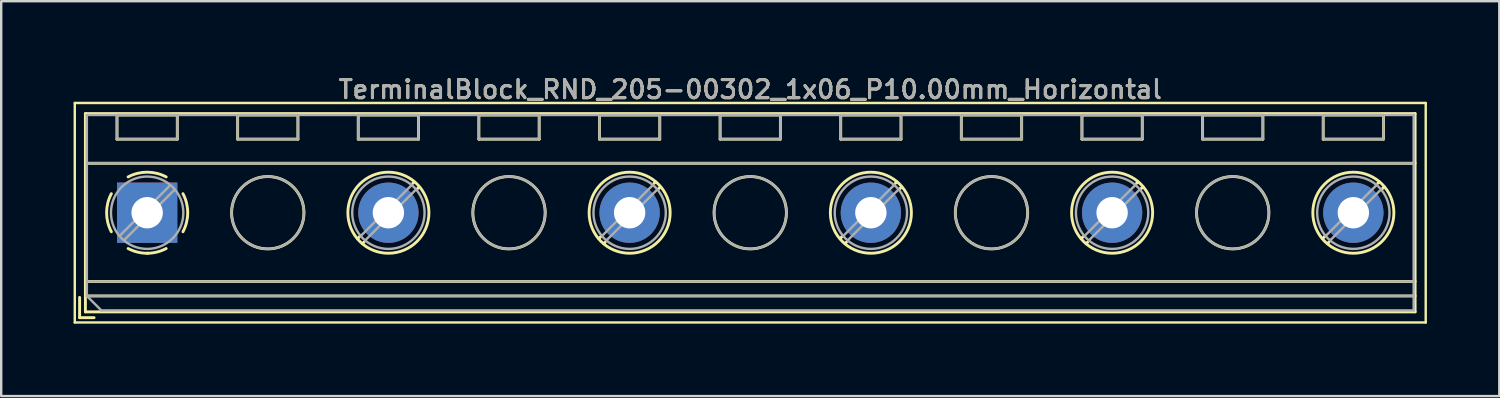
<source format=kicad_pcb>
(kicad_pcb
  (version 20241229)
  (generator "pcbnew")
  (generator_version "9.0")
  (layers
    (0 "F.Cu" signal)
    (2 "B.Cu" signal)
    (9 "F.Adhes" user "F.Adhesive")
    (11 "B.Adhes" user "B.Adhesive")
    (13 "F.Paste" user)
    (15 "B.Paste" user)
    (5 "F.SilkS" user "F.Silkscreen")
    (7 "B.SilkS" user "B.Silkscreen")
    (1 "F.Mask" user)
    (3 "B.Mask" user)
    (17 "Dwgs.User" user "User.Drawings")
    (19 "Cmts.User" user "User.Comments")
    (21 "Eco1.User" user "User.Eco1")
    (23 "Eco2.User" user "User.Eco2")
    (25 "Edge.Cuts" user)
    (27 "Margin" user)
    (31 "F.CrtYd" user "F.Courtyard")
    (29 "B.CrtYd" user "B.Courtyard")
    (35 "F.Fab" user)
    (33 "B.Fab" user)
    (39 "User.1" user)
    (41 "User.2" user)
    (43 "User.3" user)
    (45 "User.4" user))
  (footprint "TerminalBlock_RND_205-00302_1x06_P10.00mm_Horizontal"
    (layer "F.Cu")
    (at 3.05 5.768)
    (property "Reference" "TerminalBlock_RND_205-00302_1x06_P10.00mm_Horizontal" (at 25 -5.11 0) (layer "F.SilkS") (effects (font (size 0.75 0.75) (thickness 0.125))))
    (attr through_hole)
    (fp_line (start -3 -4.55) (end -3 4.55) (stroke (width 0.1) (type solid)) (layer "F.SilkS"))
    (fp_line (start -3 4.55) (end 53 4.55) (stroke (width 0.1) (type solid)) (layer "F.SilkS"))
    (fp_line (start -2.8 3.51) (end -2.8 4.35) (stroke (width 0.12) (type solid)) (layer "F.SilkS"))
    (fp_line (start -2.8 4.35) (end -2.2 4.35) (stroke (width 0.12) (type solid)) (layer "F.SilkS"))
    (fp_line (start -2.56 -4.11) (end -2.56 4.11) (stroke (width 0.12) (type solid)) (layer "F.SilkS"))
    (fp_line (start -2.56 -4.11) (end 52.56 -4.11) (stroke (width 0.12) (type solid)) (layer "F.SilkS"))
    (fp_line (start -2.56 -2.05) (end 52.56 -2.05) (stroke (width 0.12) (type solid)) (layer "F.SilkS"))
    (fp_line (start -2.56 2.85) (end 52.56 2.85) (stroke (width 0.12) (type solid)) (layer "F.SilkS"))
    (fp_line (start -2.56 3.45) (end 52.56 3.45) (stroke (width 0.12) (type solid)) (layer "F.SilkS"))
    (fp_line (start -2.56 4.11) (end 52.56 4.11) (stroke (width 0.12) (type solid)) (layer "F.SilkS"))
    (fp_line (start -1.25 -4.05) (end -1.25 -3.05) (stroke (width 0.12) (type solid)) (layer "F.SilkS"))
    (fp_line (start -1.25 -4.05) (end 1.25 -4.05) (stroke (width 0.12) (type solid)) (layer "F.SilkS"))
    (fp_line (start -1.25 -3.05) (end 1.25 -3.05) (stroke (width 0.12) (type solid)) (layer "F.SilkS"))
    (fp_line (start 1.25 -4.05) (end 1.25 -3.05) (stroke (width 0.12) (type solid)) (layer "F.SilkS"))
    (fp_line (start 3.75 -4.05) (end 3.75 -3.05) (stroke (width 0.12) (type solid)) (layer "F.SilkS"))
    (fp_line (start 3.75 -4.05) (end 6.25 -4.05) (stroke (width 0.12) (type solid)) (layer "F.SilkS"))
    (fp_line (start 3.75 -3.05) (end 6.25 -3.05) (stroke (width 0.12) (type solid)) (layer "F.SilkS"))
    (fp_line (start 6.25 -4.05) (end 6.25 -3.05) (stroke (width 0.12) (type solid)) (layer "F.SilkS"))
    (fp_line (start 8.75 -4.05) (end 8.75 -3.05) (stroke (width 0.12) (type solid)) (layer "F.SilkS"))
    (fp_line (start 8.75 -4.05) (end 11.25 -4.05) (stroke (width 0.12) (type solid)) (layer "F.SilkS"))
    (fp_line (start 8.75 -3.05) (end 11.25 -3.05) (stroke (width 0.12) (type solid)) (layer "F.SilkS"))
    (fp_line (start 8.82 0.976) (end 8.726 1.069) (stroke (width 0.12) (type solid)) (layer "F.SilkS"))
    (fp_line (start 8.99 1.216) (end 8.931 1.274) (stroke (width 0.12) (type solid)) (layer "F.SilkS"))
    (fp_line (start 11.07 -1.275) (end 11.011 -1.216) (stroke (width 0.12) (type solid)) (layer "F.SilkS"))
    (fp_line (start 11.25 -4.05) (end 11.25 -3.05) (stroke (width 0.12) (type solid)) (layer "F.SilkS"))
    (fp_line (start 11.275 -1.069) (end 11.181 -0.976) (stroke (width 0.12) (type solid)) (layer "F.SilkS"))
    (fp_line (start 13.75 -4.05) (end 13.75 -3.05) (stroke (width 0.12) (type solid)) (layer "F.SilkS"))
    (fp_line (start 13.75 -4.05) (end 16.25 -4.05) (stroke (width 0.12) (type solid)) (layer "F.SilkS"))
    (fp_line (start 13.75 -3.05) (end 16.25 -3.05) (stroke (width 0.12) (type solid)) (layer "F.SilkS"))
    (fp_line (start 16.25 -4.05) (end 16.25 -3.05) (stroke (width 0.12) (type solid)) (layer "F.SilkS"))
    (fp_line (start 18.75 -4.05) (end 18.75 -3.05) (stroke (width 0.12) (type solid)) (layer "F.SilkS"))
    (fp_line (start 18.75 -4.05) (end 21.25 -4.05) (stroke (width 0.12) (type solid)) (layer "F.SilkS"))
    (fp_line (start 18.75 -3.05) (end 21.25 -3.05) (stroke (width 0.12) (type solid)) (layer "F.SilkS"))
    (fp_line (start 18.82 0.976) (end 18.726 1.069) (stroke (width 0.12) (type solid)) (layer "F.SilkS"))
    (fp_line (start 18.99 1.216) (end 18.931 1.274) (stroke (width 0.12) (type solid)) (layer "F.SilkS"))
    (fp_line (start 21.07 -1.275) (end 21.011 -1.216) (stroke (width 0.12) (type solid)) (layer "F.SilkS"))
    (fp_line (start 21.25 -4.05) (end 21.25 -3.05) (stroke (width 0.12) (type solid)) (layer "F.SilkS"))
    (fp_line (start 21.275 -1.069) (end 21.181 -0.976) (stroke (width 0.12) (type solid)) (layer "F.SilkS"))
    (fp_line (start 23.75 -4.05) (end 23.75 -3.05) (stroke (width 0.12) (type solid)) (layer "F.SilkS"))
    (fp_line (start 23.75 -4.05) (end 26.25 -4.05) (stroke (width 0.12) (type solid)) (layer "F.SilkS"))
    (fp_line (start 23.75 -3.05) (end 26.25 -3.05) (stroke (width 0.12) (type solid)) (layer "F.SilkS"))
    (fp_line (start 26.25 -4.05) (end 26.25 -3.05) (stroke (width 0.12) (type solid)) (layer "F.SilkS"))
    (fp_line (start 28.75 -4.05) (end 28.75 -3.05) (stroke (width 0.12) (type solid)) (layer "F.SilkS"))
    (fp_line (start 28.75 -4.05) (end 31.25 -4.05) (stroke (width 0.12) (type solid)) (layer "F.SilkS"))
    (fp_line (start 28.75 -3.05) (end 31.25 -3.05) (stroke (width 0.12) (type solid)) (layer "F.SilkS"))
    (fp_line (start 28.82 0.976) (end 28.726 1.069) (stroke (width 0.12) (type solid)) (layer "F.SilkS"))
    (fp_line (start 28.99 1.216) (end 28.931 1.274) (stroke (width 0.12) (type solid)) (layer "F.SilkS"))
    (fp_line (start 31.07 -1.275) (end 31.011 -1.216) (stroke (width 0.12) (type solid)) (layer "F.SilkS"))
    (fp_line (start 31.25 -4.05) (end 31.25 -3.05) (stroke (width 0.12) (type solid)) (layer "F.SilkS"))
    (fp_line (start 31.275 -1.069) (end 31.181 -0.976) (stroke (width 0.12) (type solid)) (layer "F.SilkS"))
    (fp_line (start 33.75 -4.05) (end 33.75 -3.05) (stroke (width 0.12) (type solid)) (layer "F.SilkS"))
    (fp_line (start 33.75 -4.05) (end 36.25 -4.05) (stroke (width 0.12) (type solid)) (layer "F.SilkS"))
    (fp_line (start 33.75 -3.05) (end 36.25 -3.05) (stroke (width 0.12) (type solid)) (layer "F.SilkS"))
    (fp_line (start 36.25 -4.05) (end 36.25 -3.05) (stroke (width 0.12) (type solid)) (layer "F.SilkS"))
    (fp_line (start 38.75 -4.05) (end 38.75 -3.05) (stroke (width 0.12) (type solid)) (layer "F.SilkS"))
    (fp_line (start 38.75 -4.05) (end 41.25 -4.05) (stroke (width 0.12) (type solid)) (layer "F.SilkS"))
    (fp_line (start 38.75 -3.05) (end 41.25 -3.05) (stroke (width 0.12) (type solid)) (layer "F.SilkS"))
    (fp_line (start 38.82 0.976) (end 38.726 1.069) (stroke (width 0.12) (type solid)) (layer "F.SilkS"))
    (fp_line (start 38.99 1.216) (end 38.931 1.274) (stroke (width 0.12) (type solid)) (layer "F.SilkS"))
    (fp_line (start 41.07 -1.275) (end 41.011 -1.216) (stroke (width 0.12) (type solid)) (layer "F.SilkS"))
    (fp_line (start 41.25 -4.05) (end 41.25 -3.05) (stroke (width 0.12) (type solid)) (layer "F.SilkS"))
    (fp_line (start 41.275 -1.069) (end 41.181 -0.976) (stroke (width 0.12) (type solid)) (layer "F.SilkS"))
    (fp_line (start 43.75 -4.05) (end 43.75 -3.05) (stroke (width 0.12) (type solid)) (layer "F.SilkS"))
    (fp_line (start 43.75 -4.05) (end 46.25 -4.05) (stroke (width 0.12) (type solid)) (layer "F.SilkS"))
    (fp_line (start 43.75 -3.05) (end 46.25 -3.05) (stroke (width 0.12) (type solid)) (layer "F.SilkS"))
    (fp_line (start 46.25 -4.05) (end 46.25 -3.05) (stroke (width 0.12) (type solid)) (layer "F.SilkS"))
    (fp_line (start 48.75 -4.05) (end 48.75 -3.05) (stroke (width 0.12) (type solid)) (layer "F.SilkS"))
    (fp_line (start 48.75 -4.05) (end 51.25 -4.05) (stroke (width 0.12) (type solid)) (layer "F.SilkS"))
    (fp_line (start 48.75 -3.05) (end 51.25 -3.05) (stroke (width 0.12) (type solid)) (layer "F.SilkS"))
    (fp_line (start 48.82 0.976) (end 48.726 1.069) (stroke (width 0.12) (type solid)) (layer "F.SilkS"))
    (fp_line (start 48.99 1.216) (end 48.931 1.274) (stroke (width 0.12) (type solid)) (layer "F.SilkS"))
    (fp_line (start 51.07 -1.275) (end 51.011 -1.216) (stroke (width 0.12) (type solid)) (layer "F.SilkS"))
    (fp_line (start 51.25 -4.05) (end 51.25 -3.05) (stroke (width 0.12) (type solid)) (layer "F.SilkS"))
    (fp_line (start 51.275 -1.069) (end 51.181 -0.976) (stroke (width 0.12) (type solid)) (layer "F.SilkS"))
    (fp_line (start 52.56 -4.11) (end 52.56 4.11) (stroke (width 0.12) (type solid)) (layer "F.SilkS"))
    (fp_line (start 53 -4.55) (end -3 -4.55) (stroke (width 0.1) (type solid)) (layer "F.SilkS"))
    (fp_line (start 53 4.55) (end 53 -4.55) (stroke (width 0.1) (type solid)) (layer "F.SilkS"))
    (fp_arc (start -1.483953 0.789089) (mid -1.680708 0.00005) (end -1.484 -0.789) (stroke (width 0.12) (type solid)) (layer "F.SilkS"))
    (fp_arc (start -0.789089 -1.483953) (mid -0.00005 -1.680708) (end 0.789 -1.484) (stroke (width 0.12) (type solid)) (layer "F.SilkS"))
    (fp_arc (start 0.029383 1.68045) (mid -0.392304 1.634281) (end -0.789 1.484) (stroke (width 0.12) (type solid)) (layer "F.SilkS"))
    (fp_arc (start 0.788712 1.483352) (mid 0.406429 1.630097) (end 0 1.68) (stroke (width 0.12) (type solid)) (layer "F.SilkS"))
    (fp_arc (start 1.483953 -0.789089) (mid 1.680708 -0.00005) (end 1.484 0.789) (stroke (width 0.12) (type solid)) (layer "F.SilkS"))
    (fp_circle (center 5 0) (end 6.5 0) (stroke (width 0.12) (type solid)) (fill no) (layer "F.SilkS"))
    (fp_circle (center 10 0) (end 11.68 0) (stroke (width 0.12) (type solid)) (fill no) (layer "F.SilkS"))
    (fp_circle (center 15 0) (end 16.5 0) (stroke (width 0.12) (type solid)) (fill no) (layer "F.SilkS"))
    (fp_circle (center 20 0) (end 21.68 0) (stroke (width 0.12) (type solid)) (fill no) (layer "F.SilkS"))
    (fp_circle (center 25 0) (end 26.5 0) (stroke (width 0.12) (type solid)) (fill no) (layer "F.SilkS"))
    (fp_circle (center 30 0) (end 31.68 0) (stroke (width 0.12) (type solid)) (fill no) (layer "F.SilkS"))
    (fp_circle (center 35 0) (end 36.5 0) (stroke (width 0.12) (type solid)) (fill no) (layer "F.SilkS"))
    (fp_circle (center 40 0) (end 41.68 0) (stroke (width 0.12) (type solid)) (fill no) (layer "F.SilkS"))
    (fp_circle (center 45 0) (end 46.5 0) (stroke (width 0.12) (type solid)) (fill no) (layer "F.SilkS"))
    (fp_circle (center 50 0) (end 51.68 0) (stroke (width 0.12) (type solid)) (fill no) (layer "F.SilkS"))
    (fp_line (start -2.5 -4.05) (end 52.5 -4.05) (stroke (width 0.1) (type solid)) (layer "F.Fab"))
    (fp_line (start -2.5 -2.05) (end 52.5 -2.05) (stroke (width 0.1) (type solid)) (layer "F.Fab"))
    (fp_line (start -2.5 2.85) (end 52.5 2.85) (stroke (width 0.1) (type solid)) (layer "F.Fab"))
    (fp_line (start -2.5 3.45) (end -2.5 -4.05) (stroke (width 0.1) (type solid)) (layer "F.Fab"))
    (fp_line (start -2.5 3.45) (end 52.5 3.45) (stroke (width 0.1) (type solid)) (layer "F.Fab"))
    (fp_line (start -1.9 4.05) (end -2.5 3.45) (stroke (width 0.1) (type solid)) (layer "F.Fab"))
    (fp_line (start -1.25 -4.05) (end -1.25 -3.05) (stroke (width 0.1) (type solid)) (layer "F.Fab"))
    (fp_line (start -1.25 -3.05) (end 1.25 -3.05) (stroke (width 0.1) (type solid)) (layer "F.Fab"))
    (fp_line (start 0.955 -1.138) (end -1.138 0.955) (stroke (width 0.1) (type solid)) (layer "F.Fab"))
    (fp_line (start 1.138 -0.955) (end -0.955 1.138) (stroke (width 0.1) (type solid)) (layer "F.Fab"))
    (fp_line (start 1.25 -4.05) (end -1.25 -4.05) (stroke (width 0.1) (type solid)) (layer "F.Fab"))
    (fp_line (start 1.25 -3.05) (end 1.25 -4.05) (stroke (width 0.1) (type solid)) (layer "F.Fab"))
    (fp_line (start 3.75 -4.05) (end 3.75 -3.05) (stroke (width 0.1) (type solid)) (layer "F.Fab"))
    (fp_line (start 3.75 -3.05) (end 6.25 -3.05) (stroke (width 0.1) (type solid)) (layer "F.Fab"))
    (fp_line (start 6.25 -4.05) (end 3.75 -4.05) (stroke (width 0.1) (type solid)) (layer "F.Fab"))
    (fp_line (start 6.25 -3.05) (end 6.25 -4.05) (stroke (width 0.1) (type solid)) (layer "F.Fab"))
    (fp_line (start 8.75 -4.05) (end 8.75 -3.05) (stroke (width 0.1) (type solid)) (layer "F.Fab"))
    (fp_line (start 8.75 -3.05) (end 11.25 -3.05) (stroke (width 0.1) (type solid)) (layer "F.Fab"))
    (fp_line (start 10.955 -1.138) (end 8.863 0.955) (stroke (width 0.1) (type solid)) (layer "F.Fab"))
    (fp_line (start 11.138 -0.955) (end 9.046 1.138) (stroke (width 0.1) (type solid)) (layer "F.Fab"))
    (fp_line (start 11.25 -4.05) (end 8.75 -4.05) (stroke (width 0.1) (type solid)) (layer "F.Fab"))
    (fp_line (start 11.25 -3.05) (end 11.25 -4.05) (stroke (width 0.1) (type solid)) (layer "F.Fab"))
    (fp_line (start 13.75 -4.05) (end 13.75 -3.05) (stroke (width 0.1) (type solid)) (layer "F.Fab"))
    (fp_line (start 13.75 -3.05) (end 16.25 -3.05) (stroke (width 0.1) (type solid)) (layer "F.Fab"))
    (fp_line (start 16.25 -4.05) (end 13.75 -4.05) (stroke (width 0.1) (type solid)) (layer "F.Fab"))
    (fp_line (start 16.25 -3.05) (end 16.25 -4.05) (stroke (width 0.1) (type solid)) (layer "F.Fab"))
    (fp_line (start 18.75 -4.05) (end 18.75 -3.05) (stroke (width 0.1) (type solid)) (layer "F.Fab"))
    (fp_line (start 18.75 -3.05) (end 21.25 -3.05) (stroke (width 0.1) (type solid)) (layer "F.Fab"))
    (fp_line (start 20.955 -1.138) (end 18.863 0.955) (stroke (width 0.1) (type solid)) (layer "F.Fab"))
    (fp_line (start 21.138 -0.955) (end 19.046 1.138) (stroke (width 0.1) (type solid)) (layer "F.Fab"))
    (fp_line (start 21.25 -4.05) (end 18.75 -4.05) (stroke (width 0.1) (type solid)) (layer "F.Fab"))
    (fp_line (start 21.25 -3.05) (end 21.25 -4.05) (stroke (width 0.1) (type solid)) (layer "F.Fab"))
    (fp_line (start 23.75 -4.05) (end 23.75 -3.05) (stroke (width 0.1) (type solid)) (layer "F.Fab"))
    (fp_line (start 23.75 -3.05) (end 26.25 -3.05) (stroke (width 0.1) (type solid)) (layer "F.Fab"))
    (fp_line (start 26.25 -4.05) (end 23.75 -4.05) (stroke (width 0.1) (type solid)) (layer "F.Fab"))
    (fp_line (start 26.25 -3.05) (end 26.25 -4.05) (stroke (width 0.1) (type solid)) (layer "F.Fab"))
    (fp_line (start 28.75 -4.05) (end 28.75 -3.05) (stroke (width 0.1) (type solid)) (layer "F.Fab"))
    (fp_line (start 28.75 -3.05) (end 31.25 -3.05) (stroke (width 0.1) (type solid)) (layer "F.Fab"))
    (fp_line (start 30.955 -1.138) (end 28.863 0.955) (stroke (width 0.1) (type solid)) (layer "F.Fab"))
    (fp_line (start 31.138 -0.955) (end 29.046 1.138) (stroke (width 0.1) (type solid)) (layer "F.Fab"))
    (fp_line (start 31.25 -4.05) (end 28.75 -4.05) (stroke (width 0.1) (type solid)) (layer "F.Fab"))
    (fp_line (start 31.25 -3.05) (end 31.25 -4.05) (stroke (width 0.1) (type solid)) (layer "F.Fab"))
    (fp_line (start 33.75 -4.05) (end 33.75 -3.05) (stroke (width 0.1) (type solid)) (layer "F.Fab"))
    (fp_line (start 33.75 -3.05) (end 36.25 -3.05) (stroke (width 0.1) (type solid)) (layer "F.Fab"))
    (fp_line (start 36.25 -4.05) (end 33.75 -4.05) (stroke (width 0.1) (type solid)) (layer "F.Fab"))
    (fp_line (start 36.25 -3.05) (end 36.25 -4.05) (stroke (width 0.1) (type solid)) (layer "F.Fab"))
    (fp_line (start 38.75 -4.05) (end 38.75 -3.05) (stroke (width 0.1) (type solid)) (layer "F.Fab"))
    (fp_line (start 38.75 -3.05) (end 41.25 -3.05) (stroke (width 0.1) (type solid)) (layer "F.Fab"))
    (fp_line (start 40.955 -1.138) (end 38.863 0.955) (stroke (width 0.1) (type solid)) (layer "F.Fab"))
    (fp_line (start 41.138 -0.955) (end 39.046 1.138) (stroke (width 0.1) (type solid)) (layer "F.Fab"))
    (fp_line (start 41.25 -4.05) (end 38.75 -4.05) (stroke (width 0.1) (type solid)) (layer "F.Fab"))
    (fp_line (start 41.25 -3.05) (end 41.25 -4.05) (stroke (width 0.1) (type solid)) (layer "F.Fab"))
    (fp_line (start 43.75 -4.05) (end 43.75 -3.05) (stroke (width 0.1) (type solid)) (layer "F.Fab"))
    (fp_line (start 43.75 -3.05) (end 46.25 -3.05) (stroke (width 0.1) (type solid)) (layer "F.Fab"))
    (fp_line (start 46.25 -4.05) (end 43.75 -4.05) (stroke (width 0.1) (type solid)) (layer "F.Fab"))
    (fp_line (start 46.25 -3.05) (end 46.25 -4.05) (stroke (width 0.1) (type solid)) (layer "F.Fab"))
    (fp_line (start 48.75 -4.05) (end 48.75 -3.05) (stroke (width 0.1) (type solid)) (layer "F.Fab"))
    (fp_line (start 48.75 -3.05) (end 51.25 -3.05) (stroke (width 0.1) (type solid)) (layer "F.Fab"))
    (fp_line (start 50.955 -1.138) (end 48.863 0.955) (stroke (width 0.1) (type solid)) (layer "F.Fab"))
    (fp_line (start 51.138 -0.955) (end 49.046 1.138) (stroke (width 0.1) (type solid)) (layer "F.Fab"))
    (fp_line (start 51.25 -4.05) (end 48.75 -4.05) (stroke (width 0.1) (type solid)) (layer "F.Fab"))
    (fp_line (start 51.25 -3.05) (end 51.25 -4.05) (stroke (width 0.1) (type solid)) (layer "F.Fab"))
    (fp_line (start 52.5 -4.05) (end 52.5 4.05) (stroke (width 0.1) (type solid)) (layer "F.Fab"))
    (fp_line (start 52.5 4.05) (end -1.9 4.05) (stroke (width 0.1) (type solid)) (layer "F.Fab"))
    (fp_circle (center 0 0) (end 1.5 0) (stroke (width 0.1) (type solid)) (fill no) (layer "F.Fab"))
    (fp_circle (center 5 0) (end 6.5 0) (stroke (width 0.1) (type solid)) (fill no) (layer "F.Fab"))
    (fp_circle (center 10 0) (end 11.5 0) (stroke (width 0.1) (type solid)) (fill no) (layer "F.Fab"))
    (fp_circle (center 15 0) (end 16.5 0) (stroke (width 0.1) (type solid)) (fill no) (layer "F.Fab"))
    (fp_circle (center 20 0) (end 21.5 0) (stroke (width 0.1) (type solid)) (fill no) (layer "F.Fab"))
    (fp_circle (center 25 0) (end 26.5 0) (stroke (width 0.1) (type solid)) (fill no) (layer "F.Fab"))
    (fp_circle (center 30 0) (end 31.5 0) (stroke (width 0.1) (type solid)) (fill no) (layer "F.Fab"))
    (fp_circle (center 35 0) (end 36.5 0) (stroke (width 0.1) (type solid)) (fill no) (layer "F.Fab"))
    (fp_circle (center 40 0) (end 41.5 0) (stroke (width 0.1) (type solid)) (fill no) (layer "F.Fab"))
    (fp_circle (center 45 0) (end 46.5 0) (stroke (width 0.1) (type solid)) (fill no) (layer "F.Fab"))
    (fp_circle (center 50 0) (end 51.5 0) (stroke (width 0.1) (type solid)) (fill no) (layer "F.Fab"))
    (fp_text user "${REFERENCE}" (at 25 -5.11 0) (layer "F.Fab") (effects (font (size 0.75 0.75) (thickness 0.125))))
    (pad "1" thru_hole rect (at 0 0) (size 2.5 2.5) (drill 1.3) (layers "*.Cu" "*.Mask"))
    (pad "2" thru_hole circle (at 10 0) (size 2.5 2.5) (drill 1.3) (layers "*.Cu" "*.Mask"))
    (pad "3" thru_hole circle (at 20 0) (size 2.5 2.5) (drill 1.3) (layers "*.Cu" "*.Mask"))
    (pad "4" thru_hole circle (at 30 0) (size 2.5 2.5) (drill 1.3) (layers "*.Cu" "*.Mask"))
    (pad "5" thru_hole circle (at 40 0) (size 2.5 2.5) (drill 1.3) (layers "*.Cu" "*.Mask"))
    (pad "6" thru_hole circle (at 50 0) (size 2.5 2.5) (drill 1.3) (layers "*.Cu" "*.Mask")))
  (gr_rect
    (start -3 -3)
    (end 59.1 13.368)
    (stroke (width 0.1) (type default))
    (fill no)
    (layer "Edge.Cuts")))
</source>
